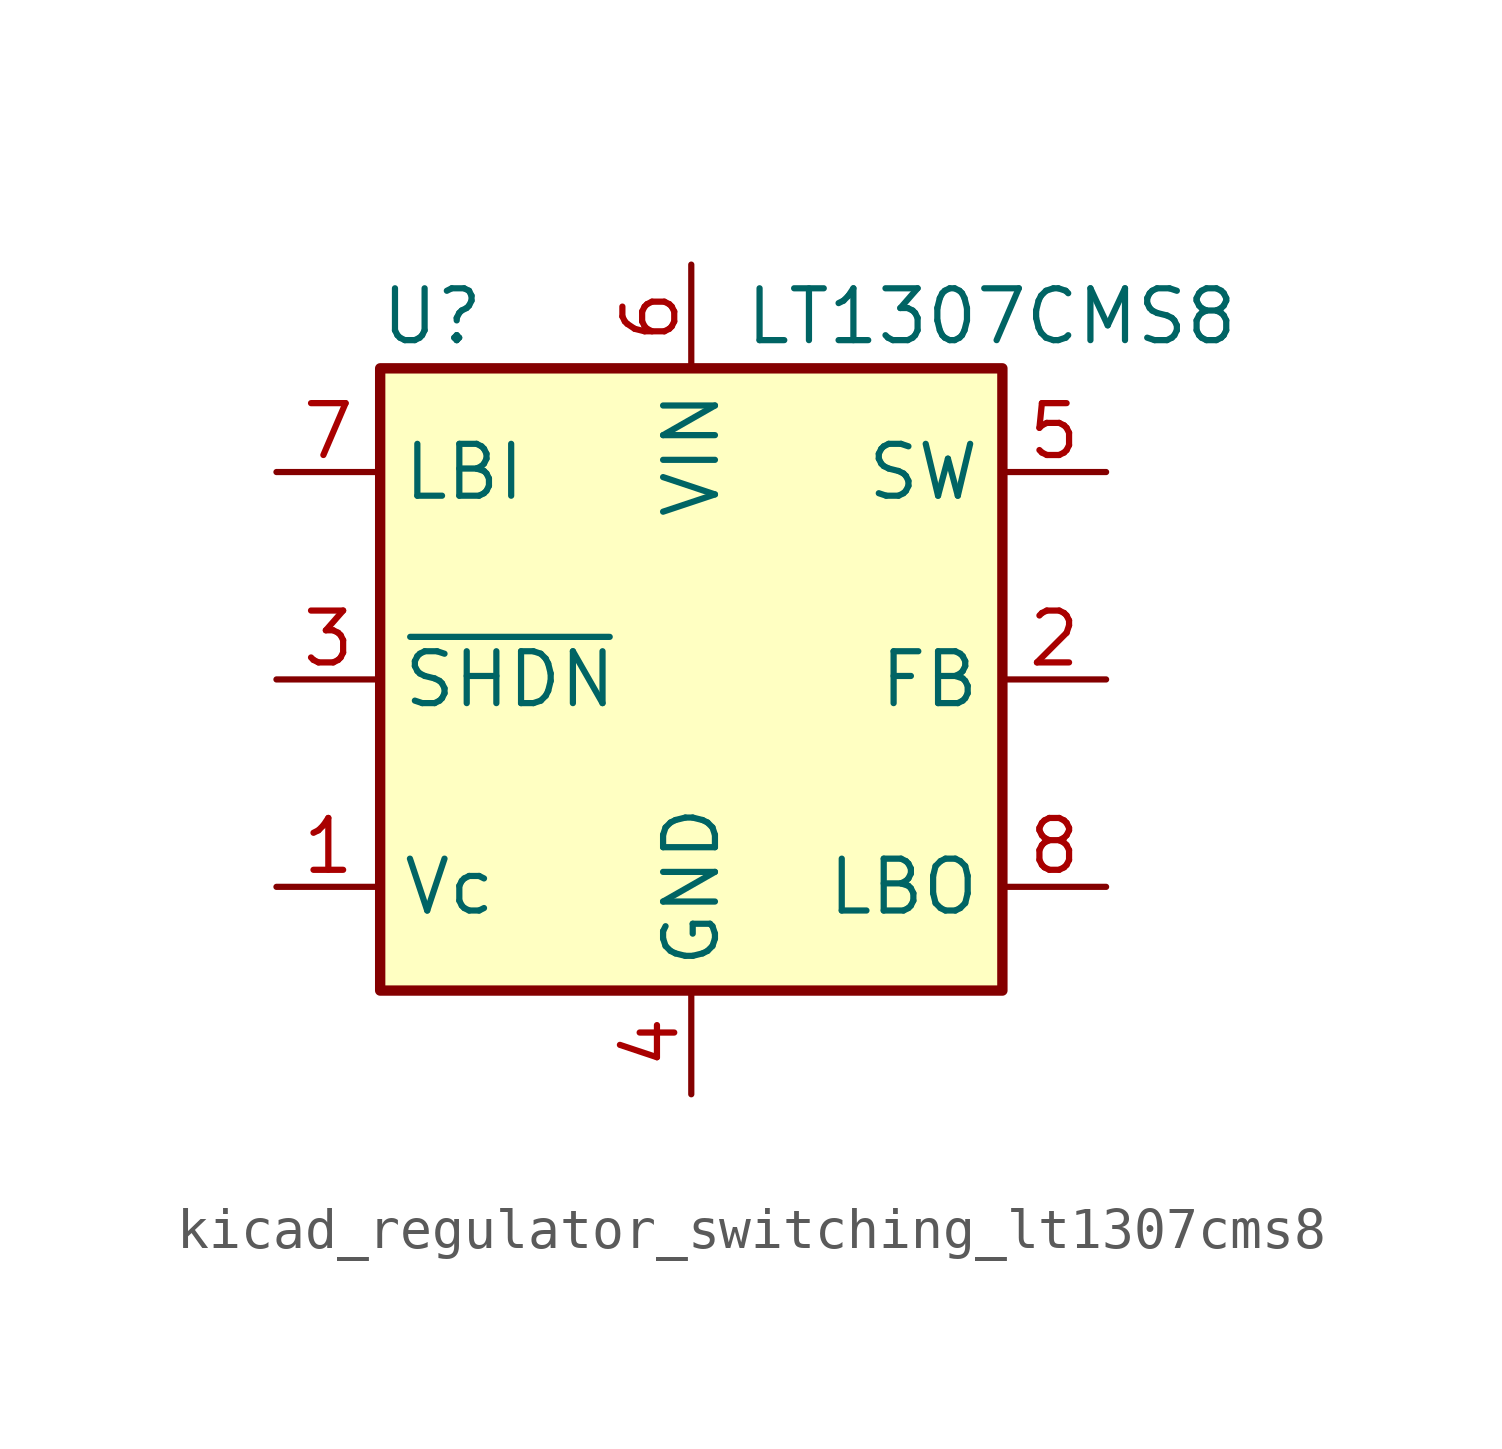
<source format=kicad_sym>
(kicad_symbol_lib
  (version 20220914)
  (generator kicad_symbol_editor)
  (symbol "kicad_regulator_switching_lt1307cms8"
    (property "Reference" "U"
      (at -6.35 8.89 0)
      (effects (font (size 1.27 1.27))))
    (property "Value" "LT1307CMS8"
      (at 1.27 8.89 0)
      (effects (font (size 1.27 1.27)) (justify left)))
    (symbol "kicad_regulator_switching_lt1307cms8_0_1"
      (rectangle (start -7.62 -7.62) (end 7.62 7.62) (stroke (width 0.254) (type default)) (fill (type background))))
    (symbol "kicad_regulator_switching_lt1307cms8_1_1"
      (pin input line (at -10.16 -5.08 0) (length 2.54) (name "Vc" (effects (font (size 1.27 1.27)))) (number "1" (effects (font (size 1.27 1.27)))))
      (pin input line (at 10.16 0 180) (length 2.54) (name "FB" (effects (font (size 1.27 1.27)))) (number "2" (effects (font (size 1.27 1.27)))))
      (pin input line (at -10.16 0 0) (length 2.54) (name "~{SHDN}" (effects (font (size 1.27 1.27)))) (number "3" (effects (font (size 1.27 1.27)))))
      (pin power_in line (at 0 -10.16 90) (length 2.54) (name "GND" (effects (font (size 1.27 1.27)))) (number "4" (effects (font (size 1.27 1.27)))))
      (pin open_collector line (at 10.16 5.08 180) (length 2.54) (name "SW" (effects (font (size 1.27 1.27)))) (number "5" (effects (font (size 1.27 1.27)))))
      (pin power_in line (at 0 10.16 270) (length 2.54) (name "VIN" (effects (font (size 1.27 1.27)))) (number "6" (effects (font (size 1.27 1.27)))))
      (pin input line (at -10.16 5.08 0) (length 2.54) (name "LBI" (effects (font (size 1.27 1.27)))) (number "7" (effects (font (size 1.27 1.27)))))
      (pin output line (at 10.16 -5.08 180) (length 2.54) (name "LBO" (effects (font (size 1.27 1.27)))) (number "8" (effects (font (size 1.27 1.27))))))))
</source>
